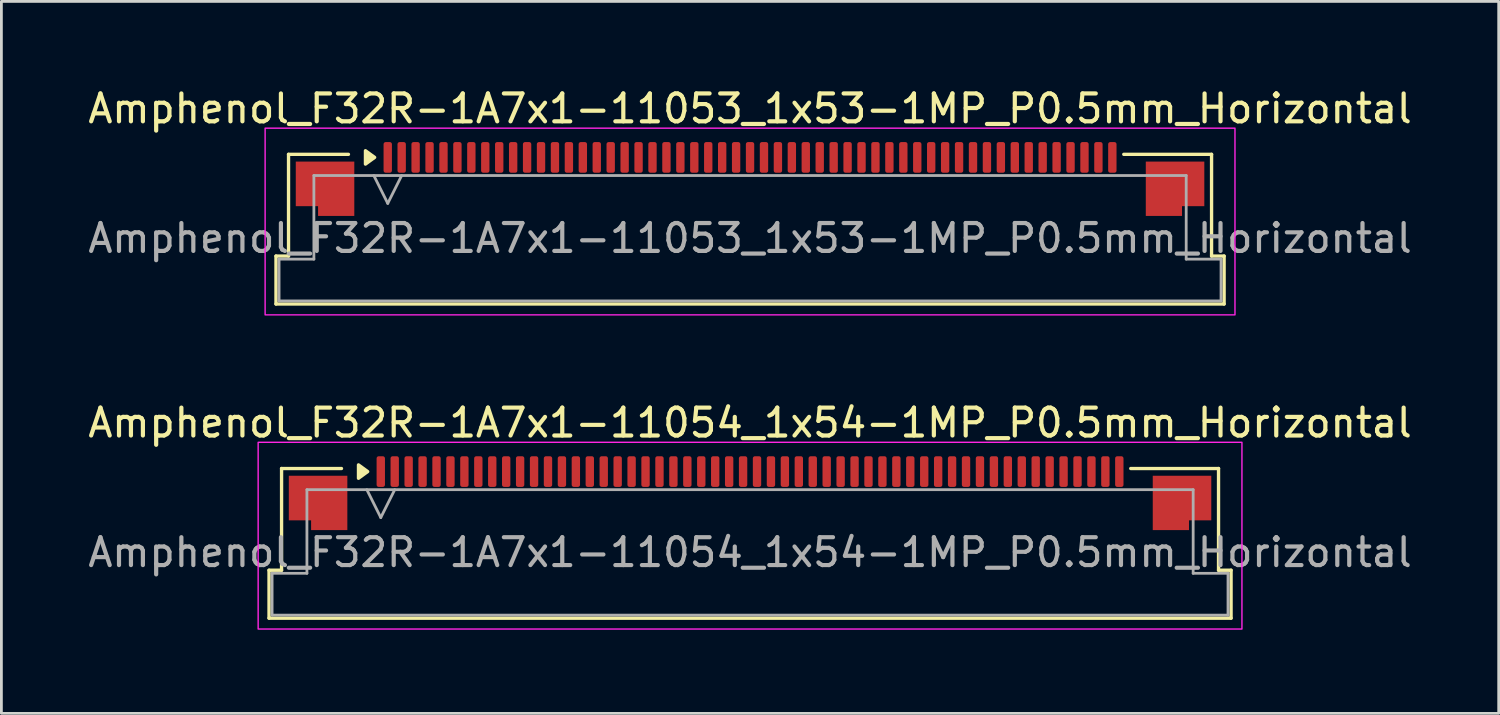
<source format=kicad_pcb>
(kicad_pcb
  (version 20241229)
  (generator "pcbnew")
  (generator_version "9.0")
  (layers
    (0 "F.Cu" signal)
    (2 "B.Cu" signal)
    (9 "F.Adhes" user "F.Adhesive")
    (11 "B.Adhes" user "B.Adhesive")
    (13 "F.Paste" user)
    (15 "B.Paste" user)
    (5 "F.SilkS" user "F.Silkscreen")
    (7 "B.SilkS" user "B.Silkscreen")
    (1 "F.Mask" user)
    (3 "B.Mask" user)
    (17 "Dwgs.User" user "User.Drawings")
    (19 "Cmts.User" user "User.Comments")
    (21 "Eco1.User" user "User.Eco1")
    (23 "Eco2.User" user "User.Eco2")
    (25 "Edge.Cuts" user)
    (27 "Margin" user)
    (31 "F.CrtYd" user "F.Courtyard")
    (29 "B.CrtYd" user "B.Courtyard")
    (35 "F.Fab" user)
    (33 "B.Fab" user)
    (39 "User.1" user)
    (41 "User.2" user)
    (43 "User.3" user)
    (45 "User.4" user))
  (footprint "Amphenol_F32R-1A7x1-11053_1x53-1MP_P0.5mm_Horizontal"
    (layer "F.Cu")
    (at 23.863 5.498)
    (property "Reference" "Amphenol_F32R-1A7x1-11053_1x53-1MP_P0.5mm_Horizontal" (at 0 -4.65 0) (layer "F.SilkS") (effects (font (size 1 1) (thickness 0.15))))
    (attr smd)
    (fp_line (start -17.01 0.64) (end -16.56 0.64) (stroke (width 0.12) (type solid)) (layer "F.SilkS"))
    (fp_line (start -17.01 2.36) (end -17.01 0.64) (stroke (width 0.12) (type solid)) (layer "F.SilkS"))
    (fp_line (start -16.56 -3.01) (end -14.41 -3.01) (stroke (width 0.12) (type solid)) (layer "F.SilkS"))
    (fp_line (start -16.56 0.64) (end -16.56 -3.01) (stroke (width 0.12) (type solid)) (layer "F.SilkS"))
    (fp_line (start 13.41 -3.01) (end 16.56 -3.01) (stroke (width 0.12) (type solid)) (layer "F.SilkS"))
    (fp_line (start 16.56 -3.01) (end 16.56 0.64) (stroke (width 0.12) (type solid)) (layer "F.SilkS"))
    (fp_line (start 16.56 0.64) (end 17.01 0.64) (stroke (width 0.12) (type solid)) (layer "F.SilkS"))
    (fp_line (start 17.01 0.64) (end 17.01 2.36) (stroke (width 0.12) (type solid)) (layer "F.SilkS"))
    (fp_line (start 17.01 2.36) (end -17.01 2.36) (stroke (width 0.12) (type solid)) (layer "F.SilkS"))
    (fp_poly (pts (xy -13.47 -2.9) (xy -13.8 -2.66) (xy -13.8 -3.14)) (stroke (width 0.12) (type solid)) (fill yes) (layer "F.SilkS"))
    (fp_rect (start -17.4 -3.95) (end 17.4 2.75) (stroke (width 0.05) (type solid)) (fill no) (layer "F.CrtYd"))
    (fp_line (start -16.9 0.75) (end -15.65 0.75) (stroke (width 0.1) (type solid)) (layer "F.Fab"))
    (fp_line (start -16.9 2.25) (end -16.9 0.75) (stroke (width 0.1) (type solid)) (layer "F.Fab"))
    (fp_line (start -15.65 -2.25) (end 15.65 -2.25) (stroke (width 0.1) (type solid)) (layer "F.Fab"))
    (fp_line (start -15.65 0.75) (end -15.65 -2.25) (stroke (width 0.1) (type solid)) (layer "F.Fab"))
    (fp_line (start -13.5 -2.25) (end -13 -1.25) (stroke (width 0.1) (type solid)) (layer "F.Fab"))
    (fp_line (start -13 -1.25) (end -12.5 -2.25) (stroke (width 0.1) (type solid)) (layer "F.Fab"))
    (fp_line (start 15.65 -2.25) (end 15.65 0.75) (stroke (width 0.1) (type solid)) (layer "F.Fab"))
    (fp_line (start 15.65 0.75) (end 16.9 0.75) (stroke (width 0.1) (type solid)) (layer "F.Fab"))
    (fp_line (start 16.9 0.75) (end 16.9 2.25) (stroke (width 0.1) (type solid)) (layer "F.Fab"))
    (fp_line (start 16.9 2.25) (end -16.9 2.25) (stroke (width 0.1) (type solid)) (layer "F.Fab"))
    (fp_text user "${REFERENCE}" (at 0 0 0) (layer "F.Fab") (effects (font (size 1 1) (thickness 0.15))))
    (pad "1" smd roundrect (at -13 -2.9) (size 0.3 1.1) (layers "F.Cu" "F.Mask" "F.Paste") (roundrect_rratio 0.25))
    (pad "2" smd roundrect (at -12.5 -2.9) (size 0.3 1.1) (layers "F.Cu" "F.Mask" "F.Paste") (roundrect_rratio 0.25))
    (pad "3" smd roundrect (at -12 -2.9) (size 0.3 1.1) (layers "F.Cu" "F.Mask" "F.Paste") (roundrect_rratio 0.25))
    (pad "4" smd roundrect (at -11.5 -2.9) (size 0.3 1.1) (layers "F.Cu" "F.Mask" "F.Paste") (roundrect_rratio 0.25))
    (pad "5" smd roundrect (at -11 -2.9) (size 0.3 1.1) (layers "F.Cu" "F.Mask" "F.Paste") (roundrect_rratio 0.25))
    (pad "6" smd roundrect (at -10.5 -2.9) (size 0.3 1.1) (layers "F.Cu" "F.Mask" "F.Paste") (roundrect_rratio 0.25))
    (pad "7" smd roundrect (at -10 -2.9) (size 0.3 1.1) (layers "F.Cu" "F.Mask" "F.Paste") (roundrect_rratio 0.25))
    (pad "8" smd roundrect (at -9.5 -2.9) (size 0.3 1.1) (layers "F.Cu" "F.Mask" "F.Paste") (roundrect_rratio 0.25))
    (pad "9" smd roundrect (at -9 -2.9) (size 0.3 1.1) (layers "F.Cu" "F.Mask" "F.Paste") (roundrect_rratio 0.25))
    (pad "10" smd roundrect (at -8.5 -2.9) (size 0.3 1.1) (layers "F.Cu" "F.Mask" "F.Paste") (roundrect_rratio 0.25))
    (pad "11" smd roundrect (at -8 -2.9) (size 0.3 1.1) (layers "F.Cu" "F.Mask" "F.Paste") (roundrect_rratio 0.25))
    (pad "12" smd roundrect (at -7.5 -2.9) (size 0.3 1.1) (layers "F.Cu" "F.Mask" "F.Paste") (roundrect_rratio 0.25))
    (pad "13" smd roundrect (at -7 -2.9) (size 0.3 1.1) (layers "F.Cu" "F.Mask" "F.Paste") (roundrect_rratio 0.25))
    (pad "14" smd roundrect (at -6.5 -2.9) (size 0.3 1.1) (layers "F.Cu" "F.Mask" "F.Paste") (roundrect_rratio 0.25))
    (pad "15" smd roundrect (at -6 -2.9) (size 0.3 1.1) (layers "F.Cu" "F.Mask" "F.Paste") (roundrect_rratio 0.25))
    (pad "16" smd roundrect (at -5.5 -2.9) (size 0.3 1.1) (layers "F.Cu" "F.Mask" "F.Paste") (roundrect_rratio 0.25))
    (pad "17" smd roundrect (at -5 -2.9) (size 0.3 1.1) (layers "F.Cu" "F.Mask" "F.Paste") (roundrect_rratio 0.25))
    (pad "18" smd roundrect (at -4.5 -2.9) (size 0.3 1.1) (layers "F.Cu" "F.Mask" "F.Paste") (roundrect_rratio 0.25))
    (pad "19" smd roundrect (at -4 -2.9) (size 0.3 1.1) (layers "F.Cu" "F.Mask" "F.Paste") (roundrect_rratio 0.25))
    (pad "20" smd roundrect (at -3.5 -2.9) (size 0.3 1.1) (layers "F.Cu" "F.Mask" "F.Paste") (roundrect_rratio 0.25))
    (pad "21" smd roundrect (at -3 -2.9) (size 0.3 1.1) (layers "F.Cu" "F.Mask" "F.Paste") (roundrect_rratio 0.25))
    (pad "22" smd roundrect (at -2.5 -2.9) (size 0.3 1.1) (layers "F.Cu" "F.Mask" "F.Paste") (roundrect_rratio 0.25))
    (pad "23" smd roundrect (at -2 -2.9) (size 0.3 1.1) (layers "F.Cu" "F.Mask" "F.Paste") (roundrect_rratio 0.25))
    (pad "24" smd roundrect (at -1.5 -2.9) (size 0.3 1.1) (layers "F.Cu" "F.Mask" "F.Paste") (roundrect_rratio 0.25))
    (pad "25" smd roundrect (at -1 -2.9) (size 0.3 1.1) (layers "F.Cu" "F.Mask" "F.Paste") (roundrect_rratio 0.25))
    (pad "26" smd roundrect (at -0.5 -2.9) (size 0.3 1.1) (layers "F.Cu" "F.Mask" "F.Paste") (roundrect_rratio 0.25))
    (pad "27" smd roundrect (at 0 -2.9) (size 0.3 1.1) (layers "F.Cu" "F.Mask" "F.Paste") (roundrect_rratio 0.25))
    (pad "28" smd roundrect (at 0.5 -2.9) (size 0.3 1.1) (layers "F.Cu" "F.Mask" "F.Paste") (roundrect_rratio 0.25))
    (pad "29" smd roundrect (at 1 -2.9) (size 0.3 1.1) (layers "F.Cu" "F.Mask" "F.Paste") (roundrect_rratio 0.25))
    (pad "30" smd roundrect (at 1.5 -2.9) (size 0.3 1.1) (layers "F.Cu" "F.Mask" "F.Paste") (roundrect_rratio 0.25))
    (pad "31" smd roundrect (at 2 -2.9) (size 0.3 1.1) (layers "F.Cu" "F.Mask" "F.Paste") (roundrect_rratio 0.25))
    (pad "32" smd roundrect (at 2.5 -2.9) (size 0.3 1.1) (layers "F.Cu" "F.Mask" "F.Paste") (roundrect_rratio 0.25))
    (pad "33" smd roundrect (at 3 -2.9) (size 0.3 1.1) (layers "F.Cu" "F.Mask" "F.Paste") (roundrect_rratio 0.25))
    (pad "34" smd roundrect (at 3.5 -2.9) (size 0.3 1.1) (layers "F.Cu" "F.Mask" "F.Paste") (roundrect_rratio 0.25))
    (pad "35" smd roundrect (at 4 -2.9) (size 0.3 1.1) (layers "F.Cu" "F.Mask" "F.Paste") (roundrect_rratio 0.25))
    (pad "36" smd roundrect (at 4.5 -2.9) (size 0.3 1.1) (layers "F.Cu" "F.Mask" "F.Paste") (roundrect_rratio 0.25))
    (pad "37" smd roundrect (at 5 -2.9) (size 0.3 1.1) (layers "F.Cu" "F.Mask" "F.Paste") (roundrect_rratio 0.25))
    (pad "38" smd roundrect (at 5.5 -2.9) (size 0.3 1.1) (layers "F.Cu" "F.Mask" "F.Paste") (roundrect_rratio 0.25))
    (pad "39" smd roundrect (at 6 -2.9) (size 0.3 1.1) (layers "F.Cu" "F.Mask" "F.Paste") (roundrect_rratio 0.25))
    (pad "40" smd roundrect (at 6.5 -2.9) (size 0.3 1.1) (layers "F.Cu" "F.Mask" "F.Paste") (roundrect_rratio 0.25))
    (pad "41" smd roundrect (at 7 -2.9) (size 0.3 1.1) (layers "F.Cu" "F.Mask" "F.Paste") (roundrect_rratio 0.25))
    (pad "42" smd roundrect (at 7.5 -2.9) (size 0.3 1.1) (layers "F.Cu" "F.Mask" "F.Paste") (roundrect_rratio 0.25))
    (pad "43" smd roundrect (at 8 -2.9) (size 0.3 1.1) (layers "F.Cu" "F.Mask" "F.Paste") (roundrect_rratio 0.25))
    (pad "44" smd roundrect (at 8.5 -2.9) (size 0.3 1.1) (layers "F.Cu" "F.Mask" "F.Paste") (roundrect_rratio 0.25))
    (pad "45" smd roundrect (at 9 -2.9) (size 0.3 1.1) (layers "F.Cu" "F.Mask" "F.Paste") (roundrect_rratio 0.25))
    (pad "46" smd roundrect (at 9.5 -2.9) (size 0.3 1.1) (layers "F.Cu" "F.Mask" "F.Paste") (roundrect_rratio 0.25))
    (pad "47" smd roundrect (at 10 -2.9) (size 0.3 1.1) (layers "F.Cu" "F.Mask" "F.Paste") (roundrect_rratio 0.25))
    (pad "48" smd roundrect (at 10.5 -2.9) (size 0.3 1.1) (layers "F.Cu" "F.Mask" "F.Paste") (roundrect_rratio 0.25))
    (pad "49" smd roundrect (at 11 -2.9) (size 0.3 1.1) (layers "F.Cu" "F.Mask" "F.Paste") (roundrect_rratio 0.25))
    (pad "50" smd roundrect (at 11.5 -2.9) (size 0.3 1.1) (layers "F.Cu" "F.Mask" "F.Paste") (roundrect_rratio 0.25))
    (pad "51" smd roundrect (at 12 -2.9) (size 0.3 1.1) (layers "F.Cu" "F.Mask" "F.Paste") (roundrect_rratio 0.25))
    (pad "52" smd roundrect (at 12.5 -2.9) (size 0.3 1.1) (layers "F.Cu" "F.Mask" "F.Paste") (roundrect_rratio 0.25))
    (pad "53" smd roundrect (at 13 -2.9) (size 0.3 1.1) (layers "F.Cu" "F.Mask" "F.Paste") (roundrect_rratio 0.25))
    (pad "MP" smd custom (at -15.25 -1.775) (size 1 1) (layers "F.Cu" "F.Mask" "F.Paste") (options (anchor circle)) (primitives (gr_poly (pts (xy 1.05 -0.975) (xy 1.05 0.975) (xy -0.25 0.975) (xy -0.25 0.625) (xy -1.05 0.625) (xy -1.05 -0.975)) (width 0) (fill yes))))
    (pad "MP" smd custom (at 15.25 -1.775) (size 1 1) (layers "F.Cu" "F.Mask" "F.Paste") (options (anchor circle)) (primitives (gr_poly (pts (xy -1.05 -0.975) (xy -1.05 0.975) (xy 0.25 0.975) (xy 0.25 0.625) (xy 1.05 0.625) (xy 1.05 -0.975)) (width 0) (fill yes)))))
  (footprint "Amphenol_F32R-1A7x1-11054_1x54-1MP_P0.5mm_Horizontal"
    (layer "F.Cu")
    (at 23.863 16.771)
    (property "Reference" "Amphenol_F32R-1A7x1-11054_1x54-1MP_P0.5mm_Horizontal" (at 0 -4.65 0) (layer "F.SilkS") (effects (font (size 1 1) (thickness 0.15))))
    (attr smd)
    (fp_line (start -17.26 0.64) (end -16.81 0.64) (stroke (width 0.12) (type solid)) (layer "F.SilkS"))
    (fp_line (start -17.26 2.36) (end -17.26 0.64) (stroke (width 0.12) (type solid)) (layer "F.SilkS"))
    (fp_line (start -16.81 -3.01) (end -14.66 -3.01) (stroke (width 0.12) (type solid)) (layer "F.SilkS"))
    (fp_line (start -16.81 0.64) (end -16.81 -3.01) (stroke (width 0.12) (type solid)) (layer "F.SilkS"))
    (fp_line (start 13.66 -3.01) (end 16.81 -3.01) (stroke (width 0.12) (type solid)) (layer "F.SilkS"))
    (fp_line (start 16.81 -3.01) (end 16.81 0.64) (stroke (width 0.12) (type solid)) (layer "F.SilkS"))
    (fp_line (start 16.81 0.64) (end 17.26 0.64) (stroke (width 0.12) (type solid)) (layer "F.SilkS"))
    (fp_line (start 17.26 0.64) (end 17.26 2.36) (stroke (width 0.12) (type solid)) (layer "F.SilkS"))
    (fp_line (start 17.26 2.36) (end -17.26 2.36) (stroke (width 0.12) (type solid)) (layer "F.SilkS"))
    (fp_poly (pts (xy -13.72 -2.9) (xy -14.05 -2.66) (xy -14.05 -3.14)) (stroke (width 0.12) (type solid)) (fill yes) (layer "F.SilkS"))
    (fp_rect (start -17.65 -3.95) (end 17.65 2.75) (stroke (width 0.05) (type solid)) (fill no) (layer "F.CrtYd"))
    (fp_line (start -17.15 0.75) (end -15.9 0.75) (stroke (width 0.1) (type solid)) (layer "F.Fab"))
    (fp_line (start -17.15 2.25) (end -17.15 0.75) (stroke (width 0.1) (type solid)) (layer "F.Fab"))
    (fp_line (start -15.9 -2.25) (end 15.9 -2.25) (stroke (width 0.1) (type solid)) (layer "F.Fab"))
    (fp_line (start -15.9 0.75) (end -15.9 -2.25) (stroke (width 0.1) (type solid)) (layer "F.Fab"))
    (fp_line (start -13.75 -2.25) (end -13.25 -1.25) (stroke (width 0.1) (type solid)) (layer "F.Fab"))
    (fp_line (start -13.25 -1.25) (end -12.75 -2.25) (stroke (width 0.1) (type solid)) (layer "F.Fab"))
    (fp_line (start 15.9 -2.25) (end 15.9 0.75) (stroke (width 0.1) (type solid)) (layer "F.Fab"))
    (fp_line (start 15.9 0.75) (end 17.15 0.75) (stroke (width 0.1) (type solid)) (layer "F.Fab"))
    (fp_line (start 17.15 0.75) (end 17.15 2.25) (stroke (width 0.1) (type solid)) (layer "F.Fab"))
    (fp_line (start 17.15 2.25) (end -17.15 2.25) (stroke (width 0.1) (type solid)) (layer "F.Fab"))
    (fp_text user "${REFERENCE}" (at 0 0 0) (layer "F.Fab") (effects (font (size 1 1) (thickness 0.15))))
    (pad "1" smd roundrect (at -13.25 -2.9) (size 0.3 1.1) (layers "F.Cu" "F.Mask" "F.Paste") (roundrect_rratio 0.25))
    (pad "2" smd roundrect (at -12.75 -2.9) (size 0.3 1.1) (layers "F.Cu" "F.Mask" "F.Paste") (roundrect_rratio 0.25))
    (pad "3" smd roundrect (at -12.25 -2.9) (size 0.3 1.1) (layers "F.Cu" "F.Mask" "F.Paste") (roundrect_rratio 0.25))
    (pad "4" smd roundrect (at -11.75 -2.9) (size 0.3 1.1) (layers "F.Cu" "F.Mask" "F.Paste") (roundrect_rratio 0.25))
    (pad "5" smd roundrect (at -11.25 -2.9) (size 0.3 1.1) (layers "F.Cu" "F.Mask" "F.Paste") (roundrect_rratio 0.25))
    (pad "6" smd roundrect (at -10.75 -2.9) (size 0.3 1.1) (layers "F.Cu" "F.Mask" "F.Paste") (roundrect_rratio 0.25))
    (pad "7" smd roundrect (at -10.25 -2.9) (size 0.3 1.1) (layers "F.Cu" "F.Mask" "F.Paste") (roundrect_rratio 0.25))
    (pad "8" smd roundrect (at -9.75 -2.9) (size 0.3 1.1) (layers "F.Cu" "F.Mask" "F.Paste") (roundrect_rratio 0.25))
    (pad "9" smd roundrect (at -9.25 -2.9) (size 0.3 1.1) (layers "F.Cu" "F.Mask" "F.Paste") (roundrect_rratio 0.25))
    (pad "10" smd roundrect (at -8.75 -2.9) (size 0.3 1.1) (layers "F.Cu" "F.Mask" "F.Paste") (roundrect_rratio 0.25))
    (pad "11" smd roundrect (at -8.25 -2.9) (size 0.3 1.1) (layers "F.Cu" "F.Mask" "F.Paste") (roundrect_rratio 0.25))
    (pad "12" smd roundrect (at -7.75 -2.9) (size 0.3 1.1) (layers "F.Cu" "F.Mask" "F.Paste") (roundrect_rratio 0.25))
    (pad "13" smd roundrect (at -7.25 -2.9) (size 0.3 1.1) (layers "F.Cu" "F.Mask" "F.Paste") (roundrect_rratio 0.25))
    (pad "14" smd roundrect (at -6.75 -2.9) (size 0.3 1.1) (layers "F.Cu" "F.Mask" "F.Paste") (roundrect_rratio 0.25))
    (pad "15" smd roundrect (at -6.25 -2.9) (size 0.3 1.1) (layers "F.Cu" "F.Mask" "F.Paste") (roundrect_rratio 0.25))
    (pad "16" smd roundrect (at -5.75 -2.9) (size 0.3 1.1) (layers "F.Cu" "F.Mask" "F.Paste") (roundrect_rratio 0.25))
    (pad "17" smd roundrect (at -5.25 -2.9) (size 0.3 1.1) (layers "F.Cu" "F.Mask" "F.Paste") (roundrect_rratio 0.25))
    (pad "18" smd roundrect (at -4.75 -2.9) (size 0.3 1.1) (layers "F.Cu" "F.Mask" "F.Paste") (roundrect_rratio 0.25))
    (pad "19" smd roundrect (at -4.25 -2.9) (size 0.3 1.1) (layers "F.Cu" "F.Mask" "F.Paste") (roundrect_rratio 0.25))
    (pad "20" smd roundrect (at -3.75 -2.9) (size 0.3 1.1) (layers "F.Cu" "F.Mask" "F.Paste") (roundrect_rratio 0.25))
    (pad "21" smd roundrect (at -3.25 -2.9) (size 0.3 1.1) (layers "F.Cu" "F.Mask" "F.Paste") (roundrect_rratio 0.25))
    (pad "22" smd roundrect (at -2.75 -2.9) (size 0.3 1.1) (layers "F.Cu" "F.Mask" "F.Paste") (roundrect_rratio 0.25))
    (pad "23" smd roundrect (at -2.25 -2.9) (size 0.3 1.1) (layers "F.Cu" "F.Mask" "F.Paste") (roundrect_rratio 0.25))
    (pad "24" smd roundrect (at -1.75 -2.9) (size 0.3 1.1) (layers "F.Cu" "F.Mask" "F.Paste") (roundrect_rratio 0.25))
    (pad "25" smd roundrect (at -1.25 -2.9) (size 0.3 1.1) (layers "F.Cu" "F.Mask" "F.Paste") (roundrect_rratio 0.25))
    (pad "26" smd roundrect (at -0.75 -2.9) (size 0.3 1.1) (layers "F.Cu" "F.Mask" "F.Paste") (roundrect_rratio 0.25))
    (pad "27" smd roundrect (at -0.25 -2.9) (size 0.3 1.1) (layers "F.Cu" "F.Mask" "F.Paste") (roundrect_rratio 0.25))
    (pad "28" smd roundrect (at 0.25 -2.9) (size 0.3 1.1) (layers "F.Cu" "F.Mask" "F.Paste") (roundrect_rratio 0.25))
    (pad "29" smd roundrect (at 0.75 -2.9) (size 0.3 1.1) (layers "F.Cu" "F.Mask" "F.Paste") (roundrect_rratio 0.25))
    (pad "30" smd roundrect (at 1.25 -2.9) (size 0.3 1.1) (layers "F.Cu" "F.Mask" "F.Paste") (roundrect_rratio 0.25))
    (pad "31" smd roundrect (at 1.75 -2.9) (size 0.3 1.1) (layers "F.Cu" "F.Mask" "F.Paste") (roundrect_rratio 0.25))
    (pad "32" smd roundrect (at 2.25 -2.9) (size 0.3 1.1) (layers "F.Cu" "F.Mask" "F.Paste") (roundrect_rratio 0.25))
    (pad "33" smd roundrect (at 2.75 -2.9) (size 0.3 1.1) (layers "F.Cu" "F.Mask" "F.Paste") (roundrect_rratio 0.25))
    (pad "34" smd roundrect (at 3.25 -2.9) (size 0.3 1.1) (layers "F.Cu" "F.Mask" "F.Paste") (roundrect_rratio 0.25))
    (pad "35" smd roundrect (at 3.75 -2.9) (size 0.3 1.1) (layers "F.Cu" "F.Mask" "F.Paste") (roundrect_rratio 0.25))
    (pad "36" smd roundrect (at 4.25 -2.9) (size 0.3 1.1) (layers "F.Cu" "F.Mask" "F.Paste") (roundrect_rratio 0.25))
    (pad "37" smd roundrect (at 4.75 -2.9) (size 0.3 1.1) (layers "F.Cu" "F.Mask" "F.Paste") (roundrect_rratio 0.25))
    (pad "38" smd roundrect (at 5.25 -2.9) (size 0.3 1.1) (layers "F.Cu" "F.Mask" "F.Paste") (roundrect_rratio 0.25))
    (pad "39" smd roundrect (at 5.75 -2.9) (size 0.3 1.1) (layers "F.Cu" "F.Mask" "F.Paste") (roundrect_rratio 0.25))
    (pad "40" smd roundrect (at 6.25 -2.9) (size 0.3 1.1) (layers "F.Cu" "F.Mask" "F.Paste") (roundrect_rratio 0.25))
    (pad "41" smd roundrect (at 6.75 -2.9) (size 0.3 1.1) (layers "F.Cu" "F.Mask" "F.Paste") (roundrect_rratio 0.25))
    (pad "42" smd roundrect (at 7.25 -2.9) (size 0.3 1.1) (layers "F.Cu" "F.Mask" "F.Paste") (roundrect_rratio 0.25))
    (pad "43" smd roundrect (at 7.75 -2.9) (size 0.3 1.1) (layers "F.Cu" "F.Mask" "F.Paste") (roundrect_rratio 0.25))
    (pad "44" smd roundrect (at 8.25 -2.9) (size 0.3 1.1) (layers "F.Cu" "F.Mask" "F.Paste") (roundrect_rratio 0.25))
    (pad "45" smd roundrect (at 8.75 -2.9) (size 0.3 1.1) (layers "F.Cu" "F.Mask" "F.Paste") (roundrect_rratio 0.25))
    (pad "46" smd roundrect (at 9.25 -2.9) (size 0.3 1.1) (layers "F.Cu" "F.Mask" "F.Paste") (roundrect_rratio 0.25))
    (pad "47" smd roundrect (at 9.75 -2.9) (size 0.3 1.1) (layers "F.Cu" "F.Mask" "F.Paste") (roundrect_rratio 0.25))
    (pad "48" smd roundrect (at 10.25 -2.9) (size 0.3 1.1) (layers "F.Cu" "F.Mask" "F.Paste") (roundrect_rratio 0.25))
    (pad "49" smd roundrect (at 10.75 -2.9) (size 0.3 1.1) (layers "F.Cu" "F.Mask" "F.Paste") (roundrect_rratio 0.25))
    (pad "50" smd roundrect (at 11.25 -2.9) (size 0.3 1.1) (layers "F.Cu" "F.Mask" "F.Paste") (roundrect_rratio 0.25))
    (pad "51" smd roundrect (at 11.75 -2.9) (size 0.3 1.1) (layers "F.Cu" "F.Mask" "F.Paste") (roundrect_rratio 0.25))
    (pad "52" smd roundrect (at 12.25 -2.9) (size 0.3 1.1) (layers "F.Cu" "F.Mask" "F.Paste") (roundrect_rratio 0.25))
    (pad "53" smd roundrect (at 12.75 -2.9) (size 0.3 1.1) (layers "F.Cu" "F.Mask" "F.Paste") (roundrect_rratio 0.25))
    (pad "54" smd roundrect (at 13.25 -2.9) (size 0.3 1.1) (layers "F.Cu" "F.Mask" "F.Paste") (roundrect_rratio 0.25))
    (pad "MP" smd custom (at -15.5 -1.775) (size 1 1) (layers "F.Cu" "F.Mask" "F.Paste") (options (anchor circle)) (primitives (gr_poly (pts (xy 1.05 -0.975) (xy 1.05 0.975) (xy -0.25 0.975) (xy -0.25 0.625) (xy -1.05 0.625) (xy -1.05 -0.975)) (width 0) (fill yes))))
    (pad "MP" smd custom (at 15.5 -1.775) (size 1 1) (layers "F.Cu" "F.Mask" "F.Paste") (options (anchor circle)) (primitives (gr_poly (pts (xy -1.05 -0.975) (xy -1.05 0.975) (xy 0.25 0.975) (xy 0.25 0.625) (xy 1.05 0.625) (xy 1.05 -0.975)) (width 0) (fill yes)))))
  (gr_rect
    (start -3 -3)
    (end 50.726 22.547)
    (stroke (width 0.1) (type default))
    (fill no)
    (layer "Edge.Cuts")))
</source>
